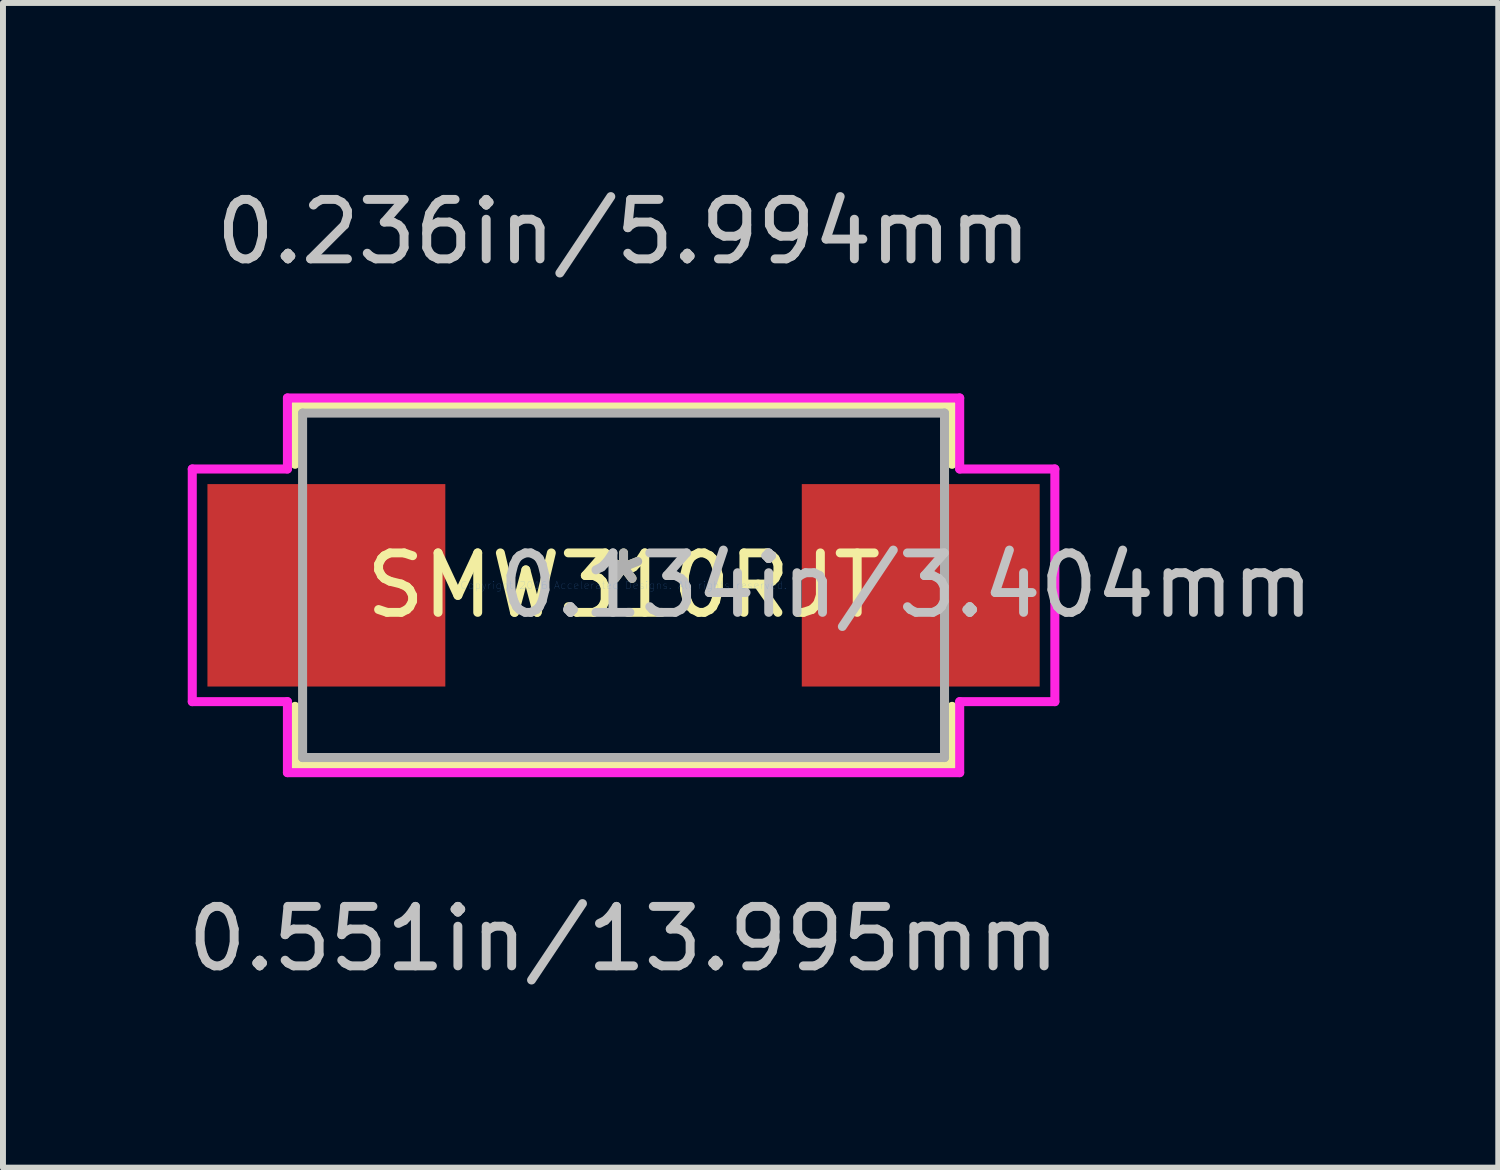
<source format=kicad_pcb>
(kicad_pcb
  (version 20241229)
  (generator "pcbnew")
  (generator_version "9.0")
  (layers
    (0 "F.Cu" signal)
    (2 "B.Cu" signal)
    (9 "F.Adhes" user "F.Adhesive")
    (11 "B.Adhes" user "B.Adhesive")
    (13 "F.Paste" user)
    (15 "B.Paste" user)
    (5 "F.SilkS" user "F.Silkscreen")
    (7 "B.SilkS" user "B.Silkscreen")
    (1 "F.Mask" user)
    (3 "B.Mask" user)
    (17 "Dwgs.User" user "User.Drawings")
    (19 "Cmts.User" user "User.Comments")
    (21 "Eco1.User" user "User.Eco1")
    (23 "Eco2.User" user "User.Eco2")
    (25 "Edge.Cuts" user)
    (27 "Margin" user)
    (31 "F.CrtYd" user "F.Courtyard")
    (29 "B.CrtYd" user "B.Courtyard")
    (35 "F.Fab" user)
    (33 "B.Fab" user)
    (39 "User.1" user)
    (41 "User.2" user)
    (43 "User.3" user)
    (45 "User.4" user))
  (footprint "SMW310RJT"
    (layer "F.Cu")
    (at 7.435 6.792)
    (property "Reference" "SMW310RJT" (at 0 0 0) (layer "F.SilkS") (effects (font (size 1 1) (thickness 0.15))))
    (attr through_hole)
    (fp_line (start -5.524 -3.023) (end -5.524 -2.035) (stroke (width 0.152) (type solid)) (layer "F.SilkS"))
    (fp_line (start -5.524 2.035) (end -5.524 3.023) (stroke (width 0.152) (type solid)) (layer "F.SilkS"))
    (fp_line (start -5.524 3.023) (end 5.524 3.023) (stroke (width 0.152) (type solid)) (layer "F.SilkS"))
    (fp_line (start 5.524 -3.023) (end -5.524 -3.023) (stroke (width 0.152) (type solid)) (layer "F.SilkS"))
    (fp_line (start 5.524 -2.035) (end 5.524 -3.023) (stroke (width 0.152) (type solid)) (layer "F.SilkS"))
    (fp_line (start 5.524 3.023) (end 5.524 2.035) (stroke (width 0.152) (type solid)) (layer "F.SilkS"))
    (fp_line (start -7.252 -1.956) (end -5.652 -1.956) (stroke (width 0.152) (type solid)) (layer "F.CrtYd"))
    (fp_line (start -7.252 1.956) (end -7.252 -1.956) (stroke (width 0.152) (type solid)) (layer "F.CrtYd"))
    (fp_line (start -5.652 -3.15) (end 5.652 -3.15) (stroke (width 0.152) (type solid)) (layer "F.CrtYd"))
    (fp_line (start -5.652 -1.956) (end -5.652 -3.15) (stroke (width 0.152) (type solid)) (layer "F.CrtYd"))
    (fp_line (start -5.652 1.956) (end -7.252 1.956) (stroke (width 0.152) (type solid)) (layer "F.CrtYd"))
    (fp_line (start -5.652 3.15) (end -5.652 1.956) (stroke (width 0.152) (type solid)) (layer "F.CrtYd"))
    (fp_line (start 5.652 -3.15) (end 5.652 -1.956) (stroke (width 0.152) (type solid)) (layer "F.CrtYd"))
    (fp_line (start 5.652 -1.956) (end 7.252 -1.956) (stroke (width 0.152) (type solid)) (layer "F.CrtYd"))
    (fp_line (start 5.652 1.956) (end 5.652 3.15) (stroke (width 0.152) (type solid)) (layer "F.CrtYd"))
    (fp_line (start 5.652 3.15) (end -5.652 3.15) (stroke (width 0.152) (type solid)) (layer "F.CrtYd"))
    (fp_line (start 7.252 -1.956) (end 7.252 1.956) (stroke (width 0.152) (type solid)) (layer "F.CrtYd"))
    (fp_line (start 7.252 1.956) (end 5.652 1.956) (stroke (width 0.152) (type solid)) (layer "F.CrtYd"))
    (fp_line (start -5.397 -2.896) (end -5.397 2.896) (stroke (width 0.152) (type solid)) (layer "F.Fab"))
    (fp_line (start -5.397 2.896) (end 5.397 2.896) (stroke (width 0.152) (type solid)) (layer "F.Fab"))
    (fp_line (start 5.397 -2.896) (end -5.397 -2.896) (stroke (width 0.152) (type solid)) (layer "F.Fab"))
    (fp_line (start 5.397 2.896) (end 5.397 -2.896) (stroke (width 0.152) (type solid)) (layer "F.Fab"))
    (fp_text user "*" (at 0 0 0) (layer "F.SilkS") (effects (font (size 1 1) (thickness 0.15))))
    (fp_text user "0.551in/13.995mm" (at 0 5.944 0) (layer "Dwgs.User") (effects (font (size 1 1) (thickness 0.15))))
    (fp_text user "0.134in/3.404mm" (at 4.75 0 0) (layer "Dwgs.User") (effects (font (size 1 1) (thickness 0.15))))
    (fp_text user "0.236in/5.994mm" (at 0 -5.944 0) (layer "Dwgs.User") (effects (font (size 1 1) (thickness 0.15))))
    (fp_text user "Copyright 2016 Accelerated Designs. All rights reserved." (at 0 0 0) (layer "Cmts.User") (effects (font (size 0.127 0.127) (thickness 0.002))))
    (fp_text user "*" (at 0 0 0) (layer "F.Fab") (effects (font (size 1 1) (thickness 0.15))))
    (pad "1" smd rect (at -4.997 0) (size 4 3.404) (layers "F.Cu" "F.Mask" "F.Paste"))
    (pad "2" smd rect (at 4.997 0) (size 4 3.404) (layers "F.Cu" "F.Mask" "F.Paste")))
  (gr_rect
    (start -3 -3)
    (end 22.143 16.584)
    (stroke (width 0.1) (type default))
    (fill no)
    (layer "Edge.Cuts")))
</source>
